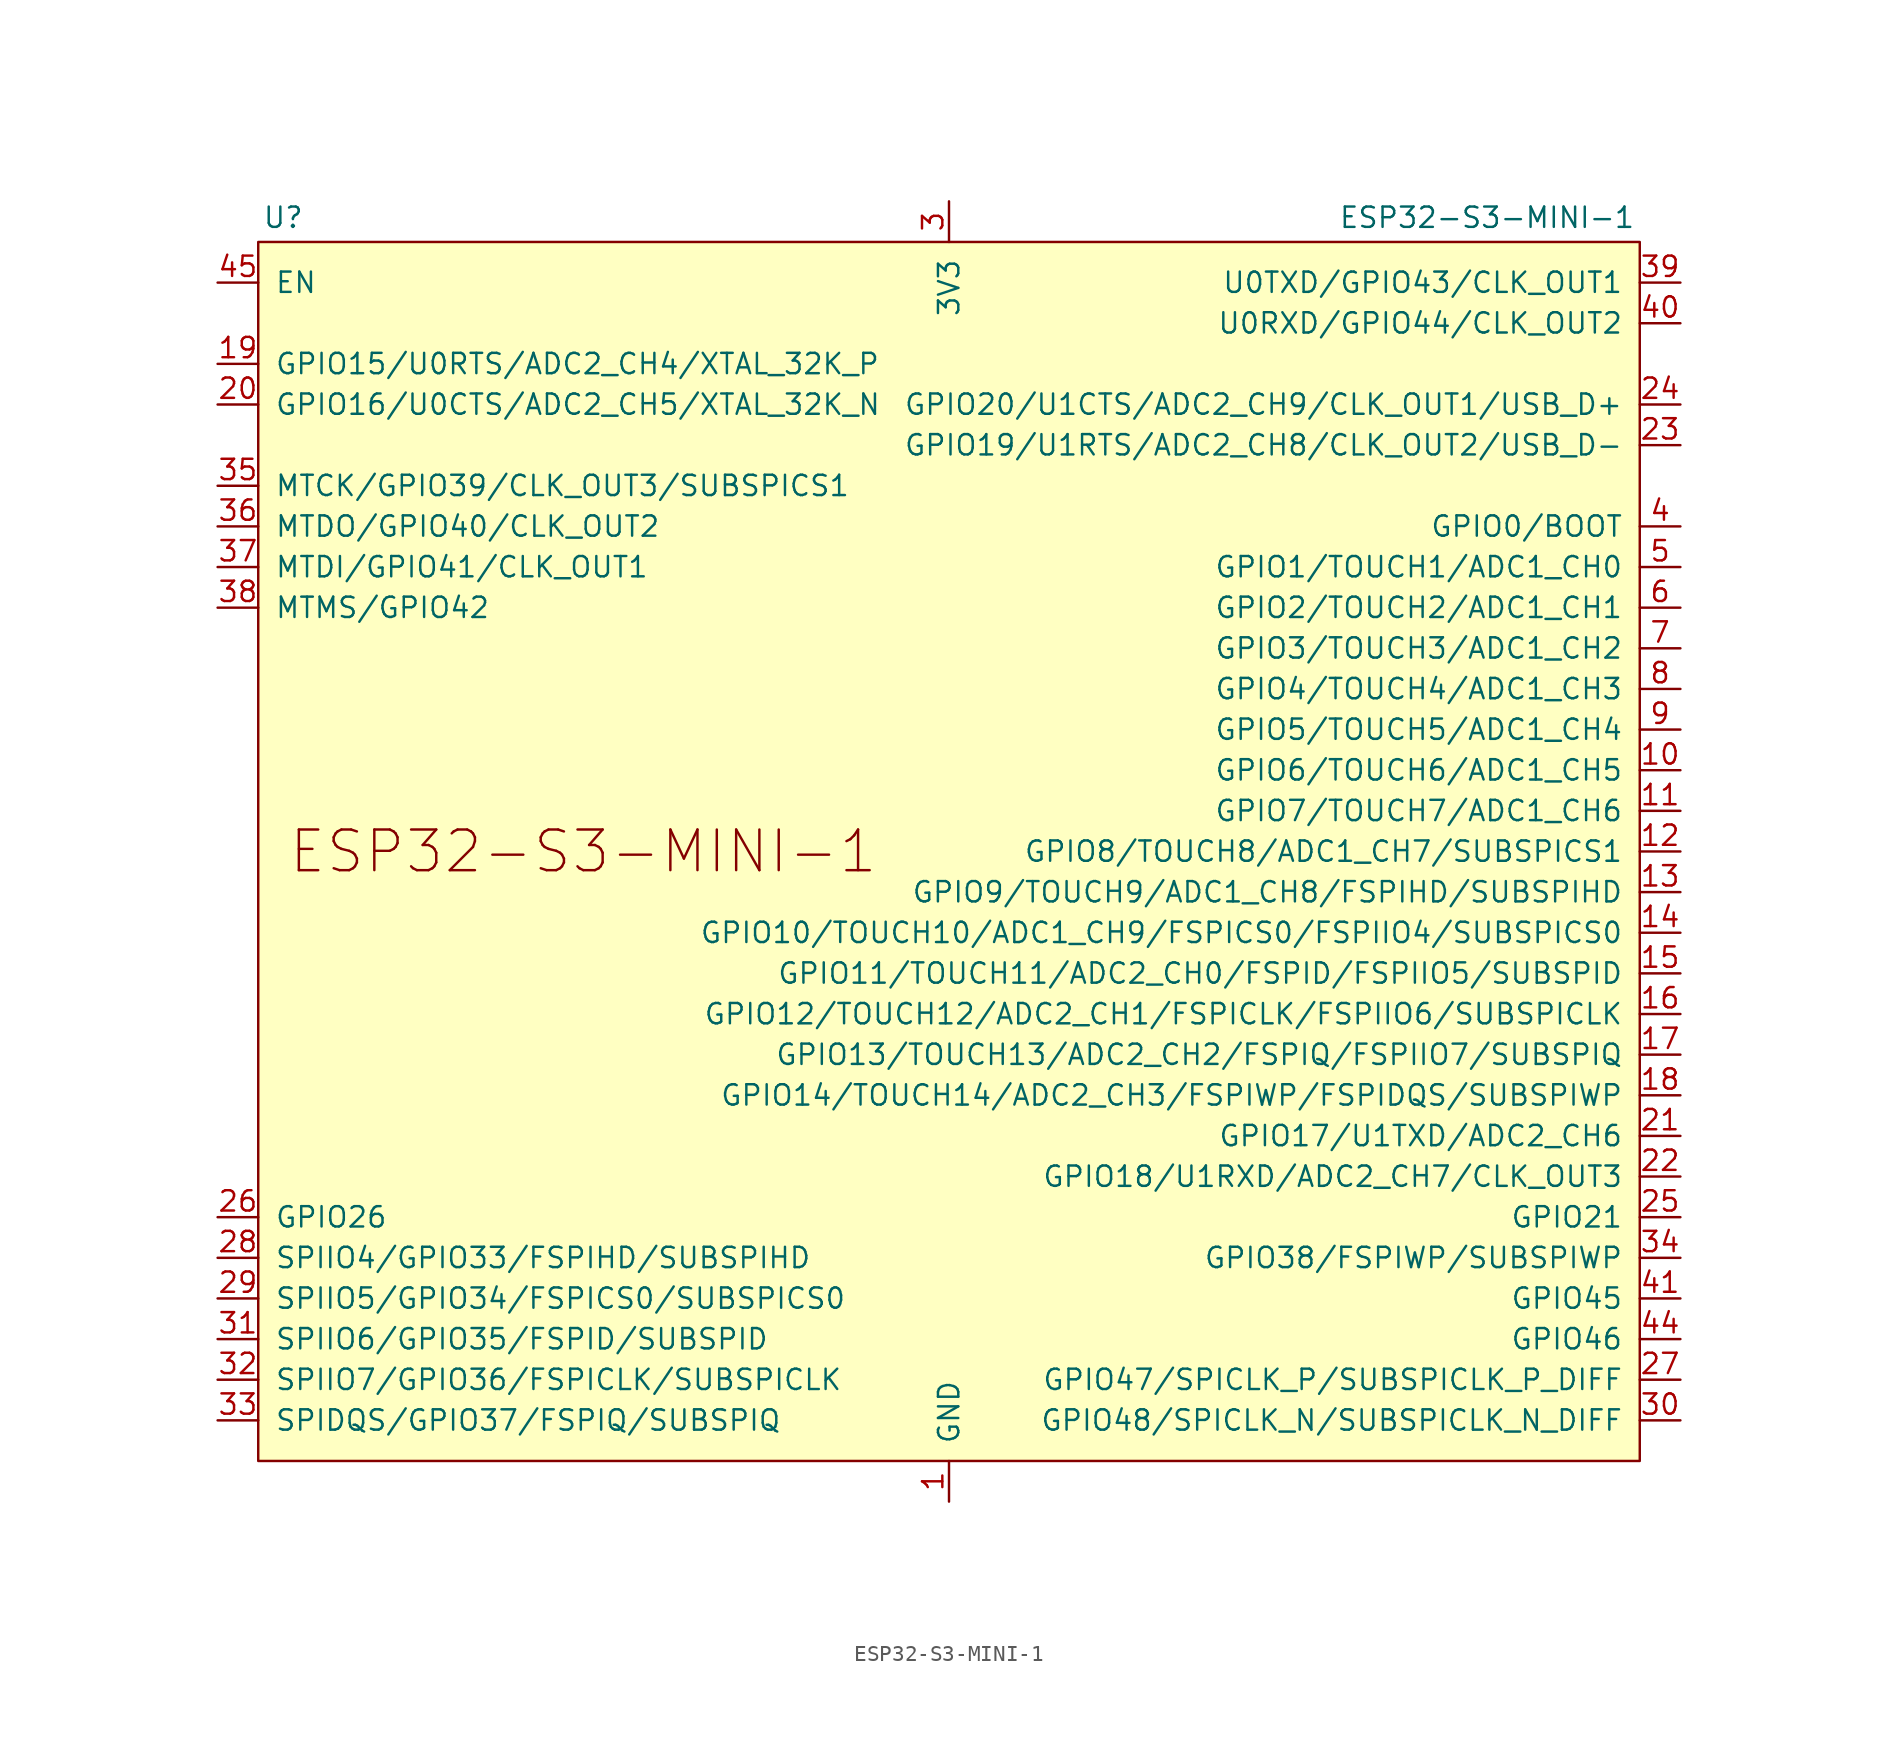
<source format=kicad_sym>
(kicad_symbol_lib
  (version 20241209)
  (generator "kicad_symbol_editor")
  (generator_version "9.0")
  (symbol "ESP32-S3-MINI-1"
    (pin_names
      (offset 1.016))
    (property "Reference" "U"
      (at -42.926 39.624 0)
      (effects (font (size 1.27 1.27)) (justify left)))
    (property "Value" "ESP32-S3-MINI-1"
      (at 42.926 39.624 0)
      (effects (font (size 1.27 1.27)) (justify right)))
    (symbol "ESP32-S3-MINI-1_0_0"
      (text "ESP32-S3-MINI-1" (at -22.86 0 0) (effects (font (size 2.54 2.54))))
      (pin input line (at -45.72 35.56 0) (length 2.54) (name "EN" (effects (font (size 1.27 1.27)))) (number "45" (effects (font (size 1.27 1.27)))))
      (pin bidirectional line (at -45.72 30.48 0) (length 2.54) (name "GPIO15/U0RTS/ADC2_CH4/XTAL_32K_P" (effects (font (size 1.27 1.27)))) (number "19" (effects (font (size 1.27 1.27)))))
      (pin bidirectional line (at -45.72 27.94 0) (length 2.54) (name "GPIO16/U0CTS/ADC2_CH5/XTAL_32K_N" (effects (font (size 1.27 1.27)))) (number "20" (effects (font (size 1.27 1.27)))))
      (pin bidirectional line (at -45.72 22.86 0) (length 2.54) (name "MTCK/GPIO39/CLK_OUT3/SUBSPICS1" (effects (font (size 1.27 1.27)))) (number "35" (effects (font (size 1.27 1.27)))))
      (pin bidirectional line (at -45.72 20.32 0) (length 2.54) (name "MTDO/GPIO40/CLK_OUT2" (effects (font (size 1.27 1.27)))) (number "36" (effects (font (size 1.27 1.27)))))
      (pin bidirectional line (at -45.72 17.78 0) (length 2.54) (name "MTDI/GPIO41/CLK_OUT1" (effects (font (size 1.27 1.27)))) (number "37" (effects (font (size 1.27 1.27)))))
      (pin bidirectional line (at -45.72 15.24 0) (length 2.54) (name "MTMS/GPIO42" (effects (font (size 1.27 1.27)))) (number "38" (effects (font (size 1.27 1.27)))))
      (pin bidirectional line (at -45.72 -22.86 0) (length 2.54) (name "GPIO26" (effects (font (size 1.27 1.27)))) (number "26" (effects (font (size 1.27 1.27)))))
      (pin bidirectional line (at -45.72 -25.4 0) (length 2.54) (name "SPIIO4/GPIO33/FSPIHD/SUBSPIHD" (effects (font (size 1.27 1.27)))) (number "28" (effects (font (size 1.27 1.27)))))
      (pin bidirectional line (at -45.72 -27.94 0) (length 2.54) (name "SPIIO5/GPIO34/FSPICS0/SUBSPICS0" (effects (font (size 1.27 1.27)))) (number "29" (effects (font (size 1.27 1.27)))))
      (pin bidirectional line (at -45.72 -30.48 0) (length 2.54) (name "SPIIO6/GPIO35/FSPID/SUBSPID" (effects (font (size 1.27 1.27)))) (number "31" (effects (font (size 1.27 1.27)))))
      (pin bidirectional line (at -45.72 -33.02 0) (length 2.54) (name "SPIIO7/GPIO36/FSPICLK/SUBSPICLK" (effects (font (size 1.27 1.27)))) (number "32" (effects (font (size 1.27 1.27)))))
      (pin bidirectional line (at -45.72 -35.56 0) (length 2.54) (name "SPIDQS/GPIO37/FSPIQ/SUBSPIQ" (effects (font (size 1.27 1.27)))) (number "33" (effects (font (size 1.27 1.27)))))
      (pin power_in line (at 0 40.64 270) (length 2.54) (name "3V3" (effects (font (size 1.27 1.27)))) (number "3" (effects (font (size 1.27 1.27)))))
      (pin power_in line (at 0 -40.64 90) (length 2.54) (name "GND" (effects (font (size 1.27 1.27)))) (number "1" (effects (font (size 1.27 1.27)))))
      (pin passive line (at 0 -40.64 90) (length 2.54) (hide yes) (name "GND" (effects (font (size 1.27 1.27)))) (number "2" (effects (font (size 1.27 1.27)))))
      (pin passive line (at 0 -40.64 90) (length 2.54) (hide yes) (name "GND" (effects (font (size 1.27 1.27)))) (number "42" (effects (font (size 1.27 1.27)))))
      (pin passive line (at 0 -40.64 90) (length 2.54) (hide yes) (name "GND" (effects (font (size 1.27 1.27)))) (number "43" (effects (font (size 1.27 1.27)))))
      (pin passive line (at 0 -40.64 90) (length 2.54) (hide yes) (name "GND" (effects (font (size 1.27 1.27)))) (number "46" (effects (font (size 1.27 1.27)))))
      (pin passive line (at 0 -40.64 90) (length 2.54) (hide yes) (name "GND" (effects (font (size 1.27 1.27)))) (number "47" (effects (font (size 1.27 1.27)))))
      (pin passive line (at 0 -40.64 90) (length 2.54) (hide yes) (name "GND" (effects (font (size 1.27 1.27)))) (number "48" (effects (font (size 1.27 1.27)))))
      (pin passive line (at 0 -40.64 90) (length 2.54) (hide yes) (name "GND" (effects (font (size 1.27 1.27)))) (number "49" (effects (font (size 1.27 1.27)))))
      (pin passive line (at 0 -40.64 90) (length 2.54) (hide yes) (name "GND" (effects (font (size 1.27 1.27)))) (number "50" (effects (font (size 1.27 1.27)))))
      (pin passive line (at 0 -40.64 90) (length 2.54) (hide yes) (name "GND" (effects (font (size 1.27 1.27)))) (number "51" (effects (font (size 1.27 1.27)))))
      (pin passive line (at 0 -40.64 90) (length 2.54) (hide yes) (name "GND" (effects (font (size 1.27 1.27)))) (number "52" (effects (font (size 1.27 1.27)))))
      (pin passive line (at 0 -40.64 90) (length 2.54) (hide yes) (name "GND" (effects (font (size 1.27 1.27)))) (number "53" (effects (font (size 1.27 1.27)))))
      (pin passive line (at 0 -40.64 90) (length 2.54) (hide yes) (name "GND" (effects (font (size 1.27 1.27)))) (number "54" (effects (font (size 1.27 1.27)))))
      (pin passive line (at 0 -40.64 90) (length 2.54) (hide yes) (name "GND" (effects (font (size 1.27 1.27)))) (number "55" (effects (font (size 1.27 1.27)))))
      (pin passive line (at 0 -40.64 90) (length 2.54) (hide yes) (name "GND" (effects (font (size 1.27 1.27)))) (number "56" (effects (font (size 1.27 1.27)))))
      (pin passive line (at 0 -40.64 90) (length 2.54) (hide yes) (name "GND" (effects (font (size 1.27 1.27)))) (number "57" (effects (font (size 1.27 1.27)))))
      (pin passive line (at 0 -40.64 90) (length 2.54) (hide yes) (name "GND" (effects (font (size 1.27 1.27)))) (number "58" (effects (font (size 1.27 1.27)))))
      (pin passive line (at 0 -40.64 90) (length 2.54) (hide yes) (name "GND" (effects (font (size 1.27 1.27)))) (number "59" (effects (font (size 1.27 1.27)))))
      (pin passive line (at 0 -40.64 90) (length 2.54) (hide yes) (name "GND" (effects (font (size 1.27 1.27)))) (number "60" (effects (font (size 1.27 1.27)))))
      (pin passive line (at 0 -40.64 90) (length 2.54) (hide yes) (name "GND" (effects (font (size 1.27 1.27)))) (number "61" (effects (font (size 1.27 1.27)))))
      (pin passive line (at 0 -40.64 90) (length 2.54) (hide yes) (name "GND" (effects (font (size 1.27 1.27)))) (number "62" (effects (font (size 1.27 1.27)))))
      (pin passive line (at 0 -40.64 90) (length 2.54) (hide yes) (name "GND" (effects (font (size 1.27 1.27)))) (number "63" (effects (font (size 1.27 1.27)))))
      (pin passive line (at 0 -40.64 90) (length 2.54) (hide yes) (name "GND" (effects (font (size 1.27 1.27)))) (number "64" (effects (font (size 1.27 1.27)))))
      (pin passive line (at 0 -40.64 90) (length 2.54) (hide yes) (name "GND" (effects (font (size 1.27 1.27)))) (number "65" (effects (font (size 1.27 1.27)))))
      (pin bidirectional line (at 45.72 35.56 180) (length 2.54) (name "U0TXD/GPIO43/CLK_OUT1" (effects (font (size 1.27 1.27)))) (number "39" (effects (font (size 1.27 1.27)))))
      (pin bidirectional line (at 45.72 33.02 180) (length 2.54) (name "U0RXD/GPIO44/CLK_OUT2" (effects (font (size 1.27 1.27)))) (number "40" (effects (font (size 1.27 1.27)))))
      (pin bidirectional line (at 45.72 27.94 180) (length 2.54) (name "GPIO20/U1CTS/ADC2_CH9/CLK_OUT1/USB_D+" (effects (font (size 1.27 1.27)))) (number "24" (effects (font (size 1.27 1.27)))))
      (pin bidirectional line (at 45.72 25.4 180) (length 2.54) (name "GPIO19/U1RTS/ADC2_CH8/CLK_OUT2/USB_D-" (effects (font (size 1.27 1.27)))) (number "23" (effects (font (size 1.27 1.27)))))
      (pin bidirectional line (at 45.72 20.32 180) (length 2.54) (name "GPIO0/BOOT" (effects (font (size 1.27 1.27)))) (number "4" (effects (font (size 1.27 1.27)))))
      (pin bidirectional line (at 45.72 17.78 180) (length 2.54) (name "GPIO1/TOUCH1/ADC1_CH0" (effects (font (size 1.27 1.27)))) (number "5" (effects (font (size 1.27 1.27)))))
      (pin bidirectional line (at 45.72 15.24 180) (length 2.54) (name "GPIO2/TOUCH2/ADC1_CH1" (effects (font (size 1.27 1.27)))) (number "6" (effects (font (size 1.27 1.27)))))
      (pin bidirectional line (at 45.72 12.7 180) (length 2.54) (name "GPIO3/TOUCH3/ADC1_CH2" (effects (font (size 1.27 1.27)))) (number "7" (effects (font (size 1.27 1.27)))))
      (pin bidirectional line (at 45.72 10.16 180) (length 2.54) (name "GPIO4/TOUCH4/ADC1_CH3" (effects (font (size 1.27 1.27)))) (number "8" (effects (font (size 1.27 1.27)))))
      (pin bidirectional line (at 45.72 7.62 180) (length 2.54) (name "GPIO5/TOUCH5/ADC1_CH4" (effects (font (size 1.27 1.27)))) (number "9" (effects (font (size 1.27 1.27)))))
      (pin bidirectional line (at 45.72 5.08 180) (length 2.54) (name "GPIO6/TOUCH6/ADC1_CH5" (effects (font (size 1.27 1.27)))) (number "10" (effects (font (size 1.27 1.27)))))
      (pin bidirectional line (at 45.72 2.54 180) (length 2.54) (name "GPIO7/TOUCH7/ADC1_CH6" (effects (font (size 1.27 1.27)))) (number "11" (effects (font (size 1.27 1.27)))))
      (pin bidirectional line (at 45.72 0 180) (length 2.54) (name "GPIO8/TOUCH8/ADC1_CH7/SUBSPICS1" (effects (font (size 1.27 1.27)))) (number "12" (effects (font (size 1.27 1.27)))))
      (pin bidirectional line (at 45.72 -2.54 180) (length 2.54) (name "GPIO9/TOUCH9/ADC1_CH8/FSPIHD/SUBSPIHD" (effects (font (size 1.27 1.27)))) (number "13" (effects (font (size 1.27 1.27)))))
      (pin bidirectional line (at 45.72 -5.08 180) (length 2.54) (name "GPIO10/TOUCH10/ADC1_CH9/FSPICS0/FSPIIO4/SUBSPICS0" (effects (font (size 1.27 1.27)))) (number "14" (effects (font (size 1.27 1.27)))))
      (pin bidirectional line (at 45.72 -7.62 180) (length 2.54) (name "GPIO11/TOUCH11/ADC2_CH0/FSPID/FSPIIO5/SUBSPID" (effects (font (size 1.27 1.27)))) (number "15" (effects (font (size 1.27 1.27)))))
      (pin bidirectional line (at 45.72 -10.16 180) (length 2.54) (name "GPIO12/TOUCH12/ADC2_CH1/FSPICLK/FSPIIO6/SUBSPICLK" (effects (font (size 1.27 1.27)))) (number "16" (effects (font (size 1.27 1.27)))))
      (pin bidirectional line (at 45.72 -12.7 180) (length 2.54) (name "GPIO13/TOUCH13/ADC2_CH2/FSPIQ/FSPIIO7/SUBSPIQ" (effects (font (size 1.27 1.27)))) (number "17" (effects (font (size 1.27 1.27)))))
      (pin bidirectional line (at 45.72 -15.24 180) (length 2.54) (name "GPIO14/TOUCH14/ADC2_CH3/FSPIWP/FSPIDQS/SUBSPIWP" (effects (font (size 1.27 1.27)))) (number "18" (effects (font (size 1.27 1.27)))))
      (pin bidirectional line (at 45.72 -17.78 180) (length 2.54) (name "GPIO17/U1TXD/ADC2_CH6" (effects (font (size 1.27 1.27)))) (number "21" (effects (font (size 1.27 1.27)))))
      (pin bidirectional line (at 45.72 -20.32 180) (length 2.54) (name "GPIO18/U1RXD/ADC2_CH7/CLK_OUT3" (effects (font (size 1.27 1.27)))) (number "22" (effects (font (size 1.27 1.27)))))
      (pin bidirectional line (at 45.72 -22.86 180) (length 2.54) (name "GPIO21" (effects (font (size 1.27 1.27)))) (number "25" (effects (font (size 1.27 1.27)))))
      (pin bidirectional line (at 45.72 -25.4 180) (length 2.54) (name "GPIO38/FSPIWP/SUBSPIWP" (effects (font (size 1.27 1.27)))) (number "34" (effects (font (size 1.27 1.27)))))
      (pin bidirectional line (at 45.72 -27.94 180) (length 2.54) (name "GPIO45" (effects (font (size 1.27 1.27)))) (number "41" (effects (font (size 1.27 1.27)))))
      (pin bidirectional line (at 45.72 -30.48 180) (length 2.54) (name "GPIO46" (effects (font (size 1.27 1.27)))) (number "44" (effects (font (size 1.27 1.27)))))
      (pin bidirectional line (at 45.72 -33.02 180) (length 2.54) (name "GPIO47/SPICLK_P/SUBSPICLK_P_DIFF" (effects (font (size 1.27 1.27)))) (number "27" (effects (font (size 1.27 1.27)))))
      (pin bidirectional line (at 45.72 -35.56 180) (length 2.54) (name "GPIO48/SPICLK_N/SUBSPICLK_N_DIFF" (effects (font (size 1.27 1.27)))) (number "30" (effects (font (size 1.27 1.27))))))
    (symbol "ESP32-S3-MINI-1_0_1"
      (rectangle (start -43.18 38.1) (end 43.18 -38.1) (stroke (width 0) (type default)) (fill (type background))))))
</source>
